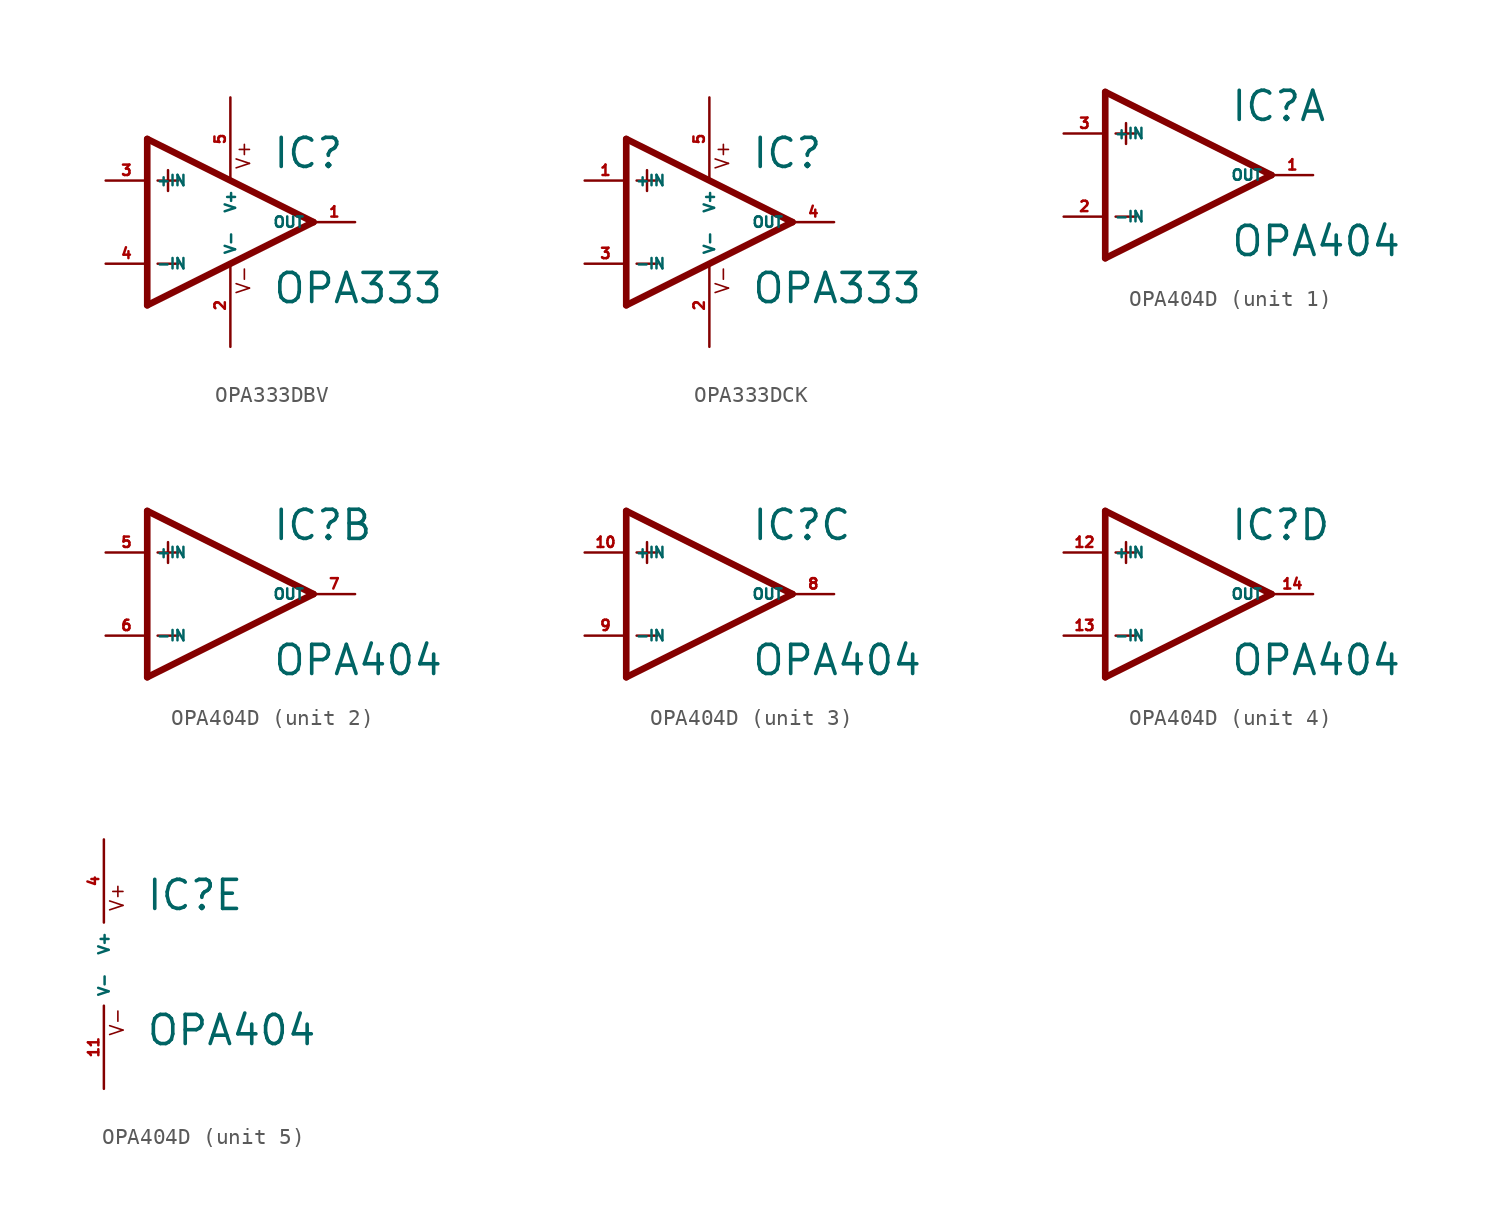
<source format=kicad_sym>
(kicad_symbol_lib
  (version 20220914)
  (generator Eagle2Kicad)
  (symbol "OPA333DBV"
    (property "Reference" "IC"
      (at 2.54 3.175 0)
      (effects (font (size 1.778 1.778) (thickness 0.22)) (justify left bottom)))
    (property "Value" "OPA333"
      (at 2.54 -5.08 0)
      (effects (font (size 1.778 1.778) (thickness 0.22)) (justify left bottom)))
    (polyline
      (pts (xy -5.08 5.08) (xy -5.08 -5.08))
      (stroke (width 0.406) (type default))
      (fill (type none)))
    (polyline
      (pts (xy -5.08 -5.08) (xy 5.08 0))
      (stroke (width 0.406) (type default))
      (fill (type none)))
    (polyline
      (pts (xy 5.08 0) (xy -5.08 5.08))
      (stroke (width 0.406) (type default))
      (fill (type none)))
    (polyline
      (pts (xy -3.81 3.175) (xy -3.81 1.905))
      (stroke (width 0.152) (type default))
      (fill (type none)))
    (polyline
      (pts (xy -4.445 2.54) (xy -3.175 2.54))
      (stroke (width 0.152) (type default))
      (fill (type none)))
    (polyline
      (pts (xy -4.445 -2.54) (xy -3.175 -2.54))
      (stroke (width 0.152) (type default))
      (fill (type none)))
    (text "V+"
      (at 1.27 3.175 900)
      (effects (font (size 0.813 0.813) (thickness 0.10)) (justify left bottom)))
    (text "V-"
      (at 1.27 -4.445 900)
      (effects (font (size 0.813 0.813) (thickness 0.10)) (justify left bottom)))
    (pin input line
      (at -7.62 -2.54 0)
      (length 2.54)
      (name "-IN" (effects (font (size 0.635 0.635) (thickness 0.08)) (justify left bottom)))
      (number "4" (effects (font (size 0.635 0.635) (thickness 0.08)) (justify left bottom))))
    (pin input line
      (at -7.62 2.54 0)
      (length 2.54)
      (name "+IN" (effects (font (size 0.635 0.635) (thickness 0.08)) (justify left bottom)))
      (number "3" (effects (font (size 0.635 0.635) (thickness 0.08)) (justify left bottom))))
    (pin output line
      (at 7.62 0 180)
      (length 2.54)
      (name "OUT" (effects (font (size 0.635 0.635) (thickness 0.08)) (justify left bottom)))
      (number "1" (effects (font (size 0.635 0.635) (thickness 0.08)) (justify left bottom))))
    (pin unspecified line
      (at 0 7.62 270)
      (length 5.08)
      (name "V+" (effects (font (size 0.635 0.635) (thickness 0.08)) (justify left bottom)))
      (number "5" (effects (font (size 0.635 0.635) (thickness 0.08)) (justify left bottom))))
    (pin unspecified line
      (at 0 -7.62 90)
      (length 5.08)
      (name "V-" (effects (font (size 0.635 0.635) (thickness 0.08)) (justify left bottom)))
      (number "2" (effects (font (size 0.635 0.635) (thickness 0.08)) (justify left bottom)))))
  (symbol "OPA333DCK"
    (property "Reference" "IC"
      (at 2.54 3.175 0)
      (effects (font (size 1.778 1.778) (thickness 0.22)) (justify left bottom)))
    (property "Value" "OPA333"
      (at 2.54 -5.08 0)
      (effects (font (size 1.778 1.778) (thickness 0.22)) (justify left bottom)))
    (polyline
      (pts (xy -5.08 5.08) (xy -5.08 -5.08))
      (stroke (width 0.406) (type default))
      (fill (type none)))
    (polyline
      (pts (xy -5.08 -5.08) (xy 5.08 0))
      (stroke (width 0.406) (type default))
      (fill (type none)))
    (polyline
      (pts (xy 5.08 0) (xy -5.08 5.08))
      (stroke (width 0.406) (type default))
      (fill (type none)))
    (polyline
      (pts (xy -3.81 3.175) (xy -3.81 1.905))
      (stroke (width 0.152) (type default))
      (fill (type none)))
    (polyline
      (pts (xy -4.445 2.54) (xy -3.175 2.54))
      (stroke (width 0.152) (type default))
      (fill (type none)))
    (polyline
      (pts (xy -4.445 -2.54) (xy -3.175 -2.54))
      (stroke (width 0.152) (type default))
      (fill (type none)))
    (text "V+"
      (at 1.27 3.175 900)
      (effects (font (size 0.813 0.813) (thickness 0.10)) (justify left bottom)))
    (text "V-"
      (at 1.27 -4.445 900)
      (effects (font (size 0.813 0.813) (thickness 0.10)) (justify left bottom)))
    (pin input line
      (at -7.62 -2.54 0)
      (length 2.54)
      (name "-IN" (effects (font (size 0.635 0.635) (thickness 0.08)) (justify left bottom)))
      (number "3" (effects (font (size 0.635 0.635) (thickness 0.08)) (justify left bottom))))
    (pin input line
      (at -7.62 2.54 0)
      (length 2.54)
      (name "+IN" (effects (font (size 0.635 0.635) (thickness 0.08)) (justify left bottom)))
      (number "1" (effects (font (size 0.635 0.635) (thickness 0.08)) (justify left bottom))))
    (pin output line
      (at 7.62 0 180)
      (length 2.54)
      (name "OUT" (effects (font (size 0.635 0.635) (thickness 0.08)) (justify left bottom)))
      (number "4" (effects (font (size 0.635 0.635) (thickness 0.08)) (justify left bottom))))
    (pin unspecified line
      (at 0 7.62 270)
      (length 5.08)
      (name "V+" (effects (font (size 0.635 0.635) (thickness 0.08)) (justify left bottom)))
      (number "5" (effects (font (size 0.635 0.635) (thickness 0.08)) (justify left bottom))))
    (pin unspecified line
      (at 0 -7.62 90)
      (length 5.08)
      (name "V-" (effects (font (size 0.635 0.635) (thickness 0.08)) (justify left bottom)))
      (number "2" (effects (font (size 0.635 0.635) (thickness 0.08)) (justify left bottom)))))
  (symbol "OPA404D"
    (property "Reference" "IC"
      (at 2.54 3.175 0)
      (effects (font (size 1.778 1.778) (thickness 0.22)) (justify left bottom)))
    (property "Value" "OPA404"
      (at 2.54 -5.08 0)
      (effects (font (size 1.778 1.778) (thickness 0.22)) (justify left bottom)))
    (symbol "OPA404D_1_0"
      (polyline (pts (xy -5.08 5.08) (xy -5.08 -5.08)) (stroke (width 0.406) (type default)) (fill (type none)))
      (polyline (pts (xy -5.08 -5.08) (xy 5.08 0)) (stroke (width 0.406) (type default)) (fill (type none)))
      (polyline (pts (xy 5.08 0) (xy -5.08 5.08)) (stroke (width 0.406) (type default)) (fill (type none)))
      (polyline (pts (xy -3.81 3.175) (xy -3.81 1.905)) (stroke (width 0.152) (type default)) (fill (type none)))
      (polyline (pts (xy -4.445 2.54) (xy -3.175 2.54)) (stroke (width 0.152) (type default)) (fill (type none)))
      (polyline (pts (xy -4.445 -2.54) (xy -3.175 -2.54)) (stroke (width 0.152) (type default)) (fill (type none)))
      (pin input line (at -7.62 -2.54 0) (length 2.54) (name "-IN" (effects (font (size 0.635 0.635) (thickness 0.08)) (justify left bottom))) (number "2" (effects (font (size 0.635 0.635) (thickness 0.08)) (justify left bottom))))
      (pin input line (at -7.62 2.54 0) (length 2.54) (name "+IN" (effects (font (size 0.635 0.635) (thickness 0.08)) (justify left bottom))) (number "3" (effects (font (size 0.635 0.635) (thickness 0.08)) (justify left bottom))))
      (pin output line (at 7.62 0 180) (length 2.54) (name "OUT" (effects (font (size 0.635 0.635) (thickness 0.08)) (justify left bottom))) (number "1" (effects (font (size 0.635 0.635) (thickness 0.08)) (justify left bottom)))))
    (symbol "OPA404D_2_0"
      (polyline (pts (xy -5.08 5.08) (xy -5.08 -5.08)) (stroke (width 0.406) (type default)) (fill (type none)))
      (polyline (pts (xy -5.08 -5.08) (xy 5.08 0)) (stroke (width 0.406) (type default)) (fill (type none)))
      (polyline (pts (xy 5.08 0) (xy -5.08 5.08)) (stroke (width 0.406) (type default)) (fill (type none)))
      (polyline (pts (xy -3.81 3.175) (xy -3.81 1.905)) (stroke (width 0.152) (type default)) (fill (type none)))
      (polyline (pts (xy -4.445 2.54) (xy -3.175 2.54)) (stroke (width 0.152) (type default)) (fill (type none)))
      (polyline (pts (xy -4.445 -2.54) (xy -3.175 -2.54)) (stroke (width 0.152) (type default)) (fill (type none)))
      (pin input line (at -7.62 -2.54 0) (length 2.54) (name "-IN" (effects (font (size 0.635 0.635) (thickness 0.08)) (justify left bottom))) (number "6" (effects (font (size 0.635 0.635) (thickness 0.08)) (justify left bottom))))
      (pin input line (at -7.62 2.54 0) (length 2.54) (name "+IN" (effects (font (size 0.635 0.635) (thickness 0.08)) (justify left bottom))) (number "5" (effects (font (size 0.635 0.635) (thickness 0.08)) (justify left bottom))))
      (pin output line (at 7.62 0 180) (length 2.54) (name "OUT" (effects (font (size 0.635 0.635) (thickness 0.08)) (justify left bottom))) (number "7" (effects (font (size 0.635 0.635) (thickness 0.08)) (justify left bottom)))))
    (symbol "OPA404D_3_0"
      (polyline (pts (xy -5.08 5.08) (xy -5.08 -5.08)) (stroke (width 0.406) (type default)) (fill (type none)))
      (polyline (pts (xy -5.08 -5.08) (xy 5.08 0)) (stroke (width 0.406) (type default)) (fill (type none)))
      (polyline (pts (xy 5.08 0) (xy -5.08 5.08)) (stroke (width 0.406) (type default)) (fill (type none)))
      (polyline (pts (xy -3.81 3.175) (xy -3.81 1.905)) (stroke (width 0.152) (type default)) (fill (type none)))
      (polyline (pts (xy -4.445 2.54) (xy -3.175 2.54)) (stroke (width 0.152) (type default)) (fill (type none)))
      (polyline (pts (xy -4.445 -2.54) (xy -3.175 -2.54)) (stroke (width 0.152) (type default)) (fill (type none)))
      (pin input line (at -7.62 -2.54 0) (length 2.54) (name "-IN" (effects (font (size 0.635 0.635) (thickness 0.08)) (justify left bottom))) (number "9" (effects (font (size 0.635 0.635) (thickness 0.08)) (justify left bottom))))
      (pin input line (at -7.62 2.54 0) (length 2.54) (name "+IN" (effects (font (size 0.635 0.635) (thickness 0.08)) (justify left bottom))) (number "10" (effects (font (size 0.635 0.635) (thickness 0.08)) (justify left bottom))))
      (pin output line (at 7.62 0 180) (length 2.54) (name "OUT" (effects (font (size 0.635 0.635) (thickness 0.08)) (justify left bottom))) (number "8" (effects (font (size 0.635 0.635) (thickness 0.08)) (justify left bottom)))))
    (symbol "OPA404D_4_0"
      (polyline (pts (xy -5.08 5.08) (xy -5.08 -5.08)) (stroke (width 0.406) (type default)) (fill (type none)))
      (polyline (pts (xy -5.08 -5.08) (xy 5.08 0)) (stroke (width 0.406) (type default)) (fill (type none)))
      (polyline (pts (xy 5.08 0) (xy -5.08 5.08)) (stroke (width 0.406) (type default)) (fill (type none)))
      (polyline (pts (xy -3.81 3.175) (xy -3.81 1.905)) (stroke (width 0.152) (type default)) (fill (type none)))
      (polyline (pts (xy -4.445 2.54) (xy -3.175 2.54)) (stroke (width 0.152) (type default)) (fill (type none)))
      (polyline (pts (xy -4.445 -2.54) (xy -3.175 -2.54)) (stroke (width 0.152) (type default)) (fill (type none)))
      (pin input line (at -7.62 -2.54 0) (length 2.54) (name "-IN" (effects (font (size 0.635 0.635) (thickness 0.08)) (justify left bottom))) (number "13" (effects (font (size 0.635 0.635) (thickness 0.08)) (justify left bottom))))
      (pin input line (at -7.62 2.54 0) (length 2.54) (name "+IN" (effects (font (size 0.635 0.635) (thickness 0.08)) (justify left bottom))) (number "12" (effects (font (size 0.635 0.635) (thickness 0.08)) (justify left bottom))))
      (pin output line (at 7.62 0 180) (length 2.54) (name "OUT" (effects (font (size 0.635 0.635) (thickness 0.08)) (justify left bottom))) (number "14" (effects (font (size 0.635 0.635) (thickness 0.08)) (justify left bottom)))))
    (symbol "OPA404D_5_0"
      (text "V+" (at 1.27 3.175 900) (effects (font (size 0.813 0.813) (thickness 0.10)) (justify left bottom)))
      (text "V-" (at 1.27 -4.445 900) (effects (font (size 0.813 0.813) (thickness 0.10)) (justify left bottom)))
      (pin unspecified line (at 0 7.62 270) (length 5.08) (name "V+" (effects (font (size 0.635 0.635) (thickness 0.08)) (justify left bottom))) (number "4" (effects (font (size 0.635 0.635) (thickness 0.08)) (justify left bottom))))
      (pin unspecified line (at 0 -7.62 90) (length 5.08) (name "V-" (effects (font (size 0.635 0.635) (thickness 0.08)) (justify left bottom))) (number "11" (effects (font (size 0.635 0.635) (thickness 0.08)) (justify left bottom)))))))
</source>
